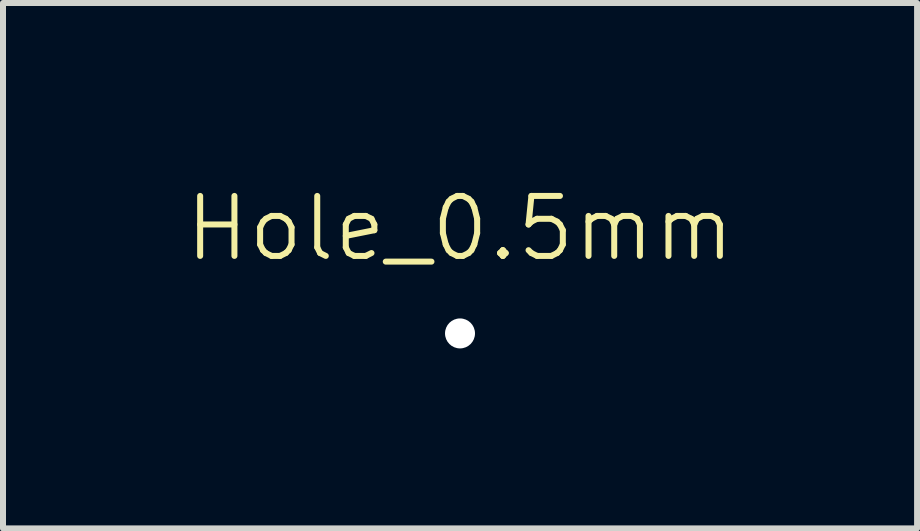
<source format=kicad_pcb>
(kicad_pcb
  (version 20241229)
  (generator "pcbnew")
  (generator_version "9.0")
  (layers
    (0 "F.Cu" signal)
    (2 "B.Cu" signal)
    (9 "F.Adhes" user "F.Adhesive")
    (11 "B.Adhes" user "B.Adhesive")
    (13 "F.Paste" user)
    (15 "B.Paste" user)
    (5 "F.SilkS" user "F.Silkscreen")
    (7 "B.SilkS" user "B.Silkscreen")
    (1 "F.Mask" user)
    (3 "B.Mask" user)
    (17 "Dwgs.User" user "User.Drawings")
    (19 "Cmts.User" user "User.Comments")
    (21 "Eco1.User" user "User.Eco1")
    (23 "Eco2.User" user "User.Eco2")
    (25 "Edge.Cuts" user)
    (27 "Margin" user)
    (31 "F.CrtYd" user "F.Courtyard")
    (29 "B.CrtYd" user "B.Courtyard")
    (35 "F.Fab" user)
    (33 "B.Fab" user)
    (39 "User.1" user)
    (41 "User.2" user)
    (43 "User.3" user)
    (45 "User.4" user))
  (footprint "Hole_0.5mm"
    (layer "F.Cu")
    (at 4.621 2.51)
    (property "Reference" "Hole_0.5mm" (at 0 -1.75 0) (unlocked yes) (layer "F.SilkS") (effects (font (size 1 1) (thickness 0.1))))
    (attr smd)
    (pad "" np_thru_hole circle (at 0 0 180) (size 0.5 0.5) (drill 0.5) (layers "*.Cu" "*.Mask")))
  (gr_rect
    (start -3 -3)
    (end 12.243 5.761)
    (stroke (width 0.1) (type default))
    (fill no)
    (layer "Edge.Cuts")))
</source>
